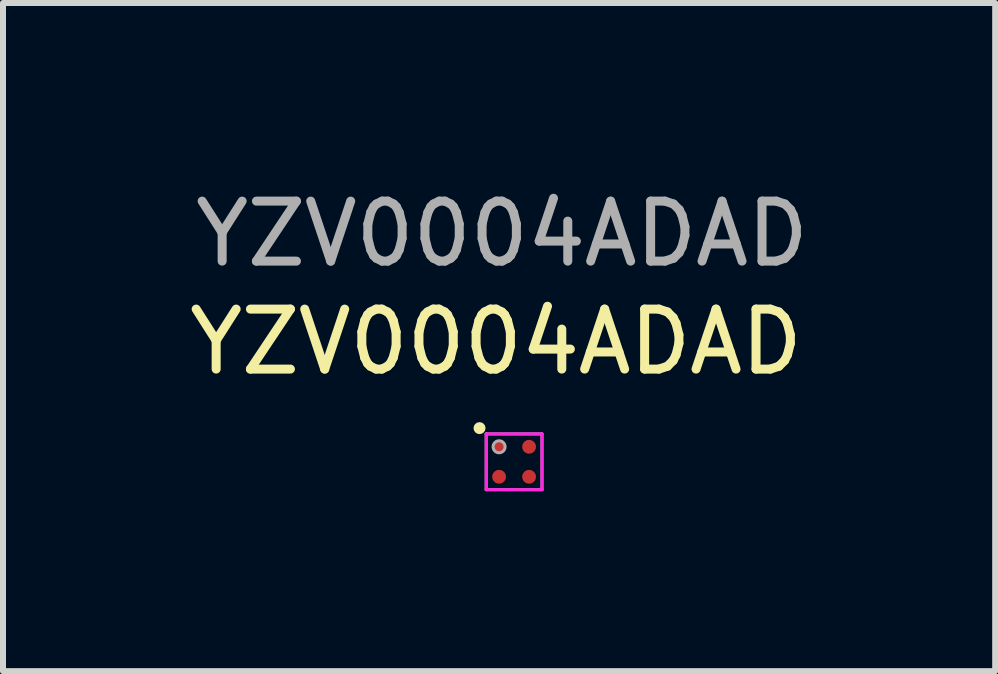
<source format=kicad_pcb>
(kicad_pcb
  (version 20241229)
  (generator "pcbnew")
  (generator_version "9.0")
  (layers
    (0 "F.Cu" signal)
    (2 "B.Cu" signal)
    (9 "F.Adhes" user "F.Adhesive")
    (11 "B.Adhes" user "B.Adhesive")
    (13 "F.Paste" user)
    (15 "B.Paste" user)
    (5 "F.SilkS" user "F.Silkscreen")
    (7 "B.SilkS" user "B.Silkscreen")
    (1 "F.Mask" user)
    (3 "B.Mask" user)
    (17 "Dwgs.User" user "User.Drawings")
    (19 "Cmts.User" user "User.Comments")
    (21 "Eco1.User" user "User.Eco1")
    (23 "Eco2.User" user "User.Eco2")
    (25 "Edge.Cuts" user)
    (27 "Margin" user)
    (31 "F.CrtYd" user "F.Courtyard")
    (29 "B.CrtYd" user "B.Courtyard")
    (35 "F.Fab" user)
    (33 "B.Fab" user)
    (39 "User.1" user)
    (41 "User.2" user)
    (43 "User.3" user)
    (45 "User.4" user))
  (footprint "YZV0004ADAD"
    (layer "F.Cu")
    (at 5.52 4.648)
    (property "Reference" "YZV0004ADAD" (at -0.3 -2 0) (unlocked yes) (layer "F.SilkS") (effects (font (size 1 1) (thickness 0.15))))
    (attr smd)
    (fp_circle (center -0.576 -0.561) (end -0.526 -0.561) (stroke (width 0.1) (type solid)) (fill no) (layer "F.SilkS"))
    (fp_line (start -0.465 -0.465) (end 0.465 -0.465) (stroke (width 0.05) (type solid)) (layer "F.CrtYd"))
    (fp_line (start -0.465 0.465) (end -0.465 -0.465) (stroke (width 0.05) (type solid)) (layer "F.CrtYd"))
    (fp_line (start -0.465 0.465) (end 0.465 0.465) (stroke (width 0.05) (type solid)) (layer "F.CrtYd"))
    (fp_line (start 0.465 0.465) (end 0.465 -0.465) (stroke (width 0.05) (type solid)) (layer "F.CrtYd"))
    (fp_line (start -0.465 -0.465) (end 0.465 -0.465) (stroke (width 0.05) (type solid)) (layer "F.Fab"))
    (fp_line (start -0.465 0.465) (end -0.465 -0.465) (stroke (width 0.05) (type solid)) (layer "F.Fab"))
    (fp_line (start -0.465 0.465) (end 0.465 0.465) (stroke (width 0.05) (type solid)) (layer "F.Fab"))
    (fp_line (start 0.465 0.465) (end 0.465 -0.465) (stroke (width 0.05) (type solid)) (layer "F.Fab"))
    (fp_circle (center -0.25 -0.25) (end -0.15 -0.25) (stroke (width 0.05) (type solid)) (fill no) (layer "F.Fab"))
    (fp_text user "${REFERENCE}" (at -0.2 -3.8 0) (unlocked yes) (layer "F.Fab") (effects (font (size 1 1) (thickness 0.15))))
    (pad "A1" smd circle (at -0.25 -0.25) (size 0.23 0.23) (layers "F.Cu" "F.Mask" "F.Paste"))
    (pad "A2" smd circle (at 0.25 -0.25) (size 0.23 0.23) (layers "F.Cu" "F.Mask" "F.Paste"))
    (pad "B1" smd circle (at -0.25 0.25) (size 0.23 0.23) (layers "F.Cu" "F.Mask" "F.Paste"))
    (pad "B2" smd circle (at 0.25 0.25) (size 0.23 0.23) (layers "F.Cu" "F.Mask" "F.Paste")))
  (gr_rect
    (start -3 -3)
    (end 13.54 8.138)
    (stroke (width 0.1) (type default))
    (fill no)
    (layer "Edge.Cuts")))
</source>
